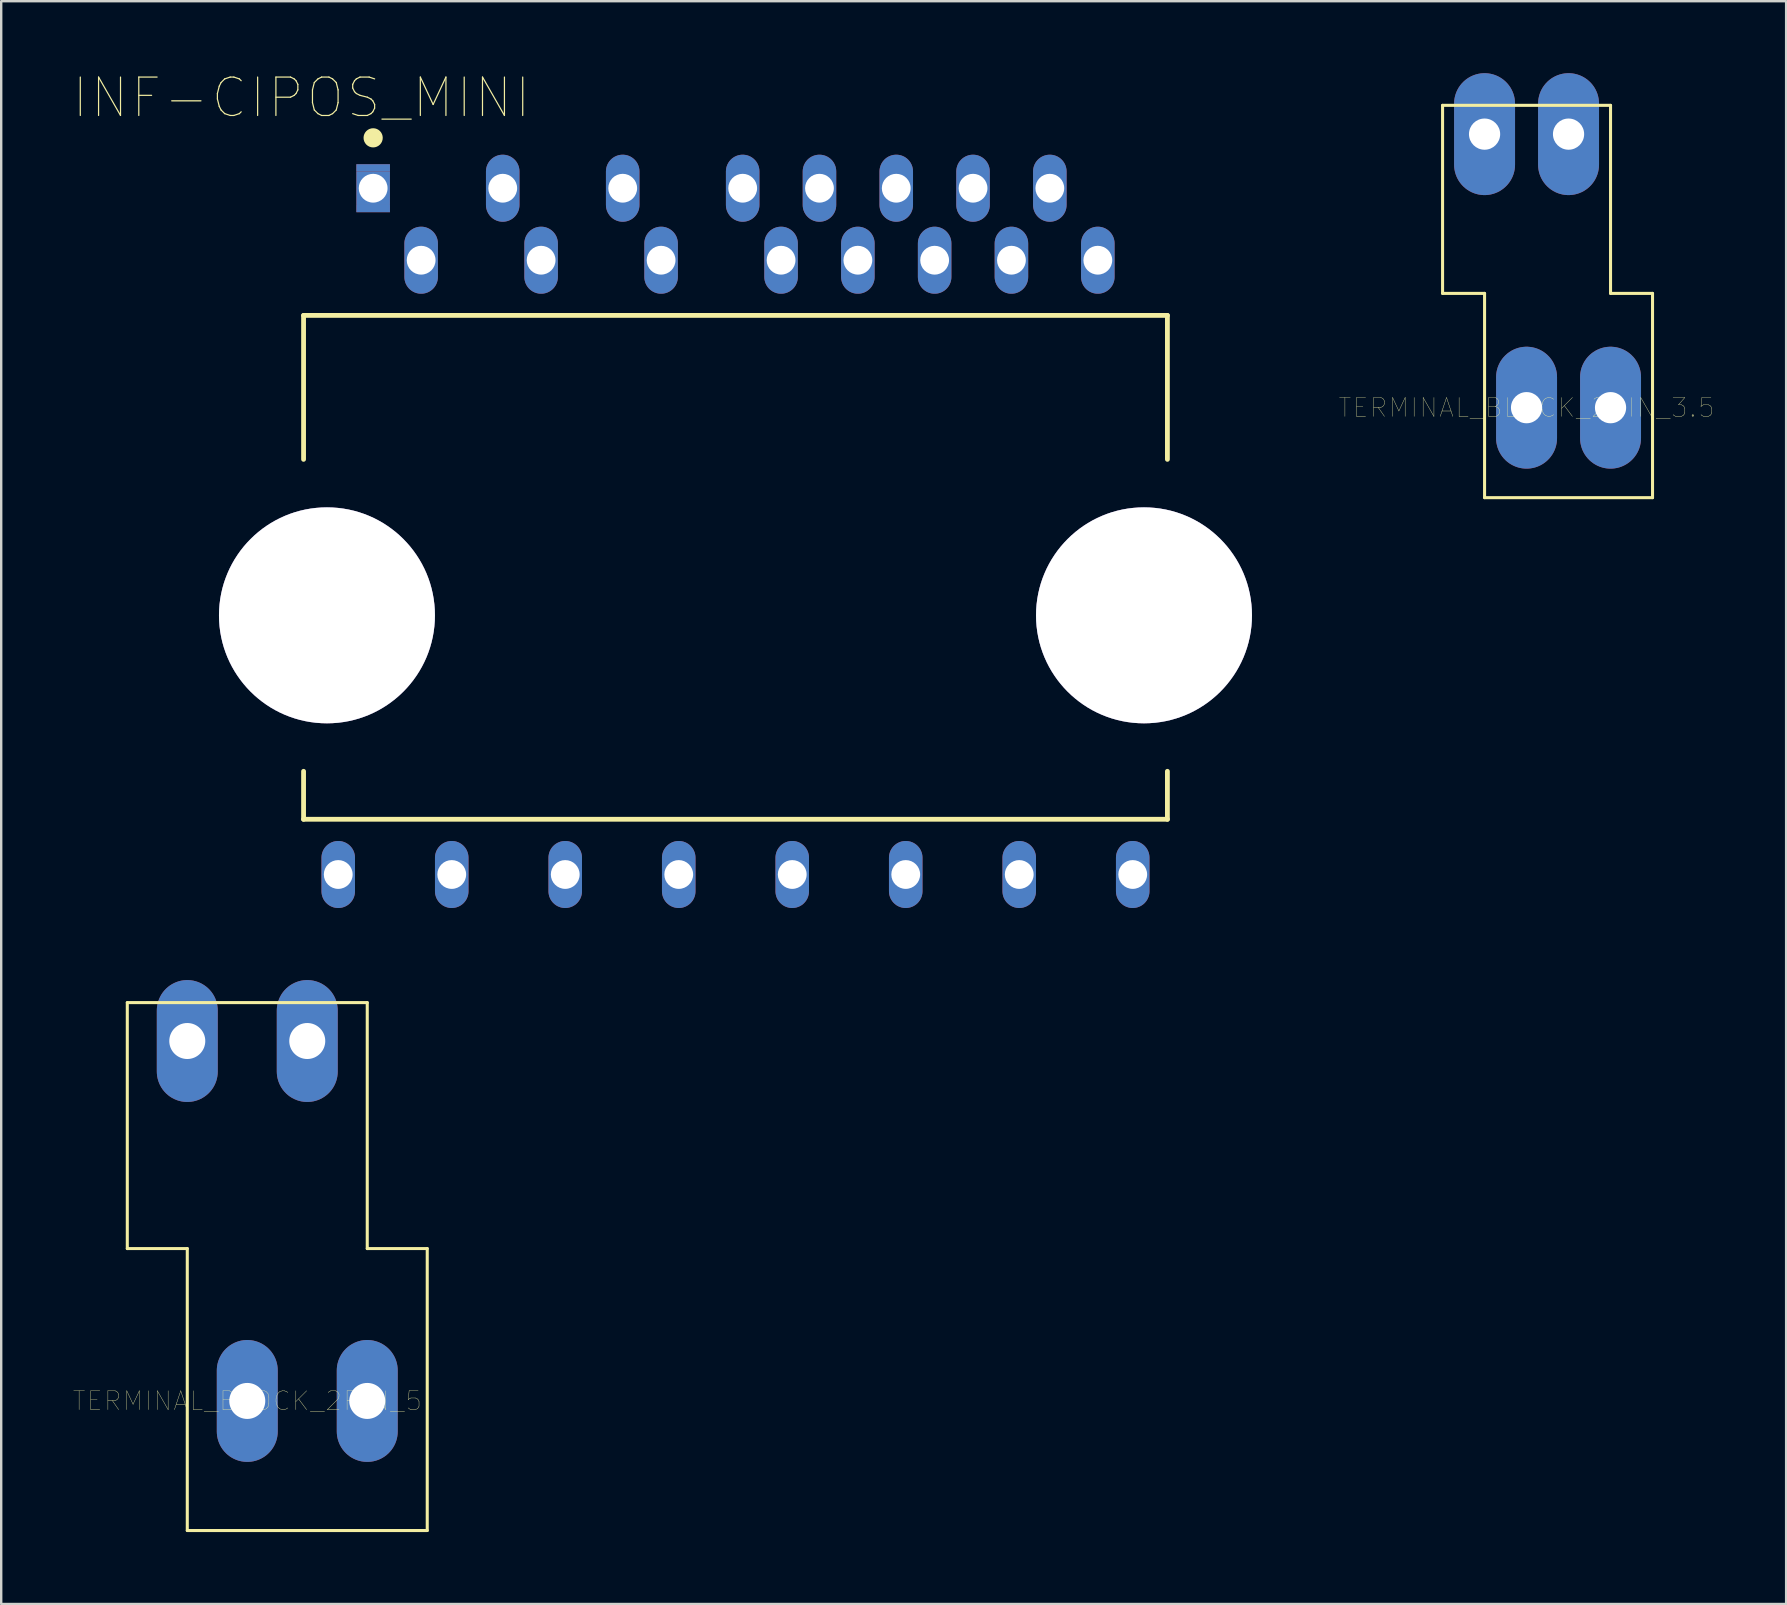
<source format=kicad_pcb>
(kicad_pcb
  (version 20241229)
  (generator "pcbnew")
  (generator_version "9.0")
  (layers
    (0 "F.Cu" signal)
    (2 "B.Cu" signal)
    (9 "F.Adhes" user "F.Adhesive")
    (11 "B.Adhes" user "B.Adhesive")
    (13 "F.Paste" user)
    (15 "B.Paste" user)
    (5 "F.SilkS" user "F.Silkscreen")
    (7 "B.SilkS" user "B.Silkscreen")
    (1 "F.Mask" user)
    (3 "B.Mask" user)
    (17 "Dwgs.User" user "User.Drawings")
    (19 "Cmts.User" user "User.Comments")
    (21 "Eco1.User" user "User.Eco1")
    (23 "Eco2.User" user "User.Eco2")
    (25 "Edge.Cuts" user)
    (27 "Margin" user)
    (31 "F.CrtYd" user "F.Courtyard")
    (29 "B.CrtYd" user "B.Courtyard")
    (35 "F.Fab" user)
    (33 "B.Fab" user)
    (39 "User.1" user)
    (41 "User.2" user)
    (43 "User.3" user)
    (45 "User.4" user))
  (footprint "TERMINAL_BLOCK_2PIN_5"
    (layer "F.Cu")
    (at 7.255 55.334)
    (property "Reference" "TERMINAL_BLOCK_2PIN_5" (at 0 0 0) (layer "F.SilkS") (effects (font (size 0.787 0.787) (thickness 0.015))))
    (attr through_hole)
    (fp_line (start -5 -16.6) (end 5 -16.6) (stroke (width 0.127) (type solid)) (layer "F.SilkS"))
    (fp_line (start -5 -6.35) (end -5 -16.6) (stroke (width 0.127) (type solid)) (layer "F.SilkS"))
    (fp_line (start -2.5 -6.35) (end -5 -6.35) (stroke (width 0.127) (type solid)) (layer "F.SilkS"))
    (fp_line (start -2.5 5.4) (end -2.5 -6.35) (stroke (width 0.127) (type solid)) (layer "F.SilkS"))
    (fp_line (start 5 -16.6) (end 5 -6.35) (stroke (width 0.127) (type solid)) (layer "F.SilkS"))
    (fp_line (start 5 -6.35) (end 7.5 -6.35) (stroke (width 0.127) (type solid)) (layer "F.SilkS"))
    (fp_line (start 7.5 -6.35) (end 7.5 5.4) (stroke (width 0.127) (type solid)) (layer "F.SilkS"))
    (fp_line (start 7.5 5.4) (end -2.5 5.4) (stroke (width 0.127) (type solid)) (layer "F.SilkS"))
    (pad "1" thru_hole oval (at -2.5 -15) (size 2.54 5.08) (drill 1.5) (layers "*.Cu" "*.Mask"))
    (pad "2" thru_hole oval (at 0 0) (size 2.54 5.08) (drill 1.5) (layers "*.Cu" "*.Mask"))
    (pad "3" thru_hole oval (at 2.5 -15) (size 2.54 5.08) (drill 1.5) (layers "*.Cu" "*.Mask"))
    (pad "4" thru_hole oval (at 5 0) (size 2.54 5.08) (drill 1.5) (layers "*.Cu" "*.Mask")))
  (footprint "INF-CIPOS_MINI"
    (layer "F.Cu")
    (at 27.601 19.094)
    (property "Reference" "INF-CIPOS_MINI" (at -18.086 -18.07 0) (layer "F.SilkS") (effects (font (size 1.6 1.6) (thickness 0.05))))
    (attr through_hole)
    (fp_poly (pts (xy -15.8 -15.3) (xy -14.4 -15.3) (xy -14.4 -14.998) (xy -15.8 -14.998)) (stroke (width 0) (type solid)) (fill yes) (layer "F.Cu"))
    (fp_poly (pts (xy -15.8 -13.601) (xy -14.4 -13.601) (xy -14.4 -13.3) (xy -15.8 -13.3)) (stroke (width 0) (type solid)) (fill yes) (layer "F.Cu"))
    (fp_poly (pts (xy -15.8 -15.3) (xy -14.4 -15.3) (xy -14.4 -14.998) (xy -15.8 -14.998)) (stroke (width 0) (type solid)) (fill yes) (layer "F.Mask"))
    (fp_poly (pts (xy -15.8 -13.601) (xy -14.4 -13.601) (xy -14.4 -13.3) (xy -15.8 -13.3)) (stroke (width 0) (type solid)) (fill yes) (layer "F.Mask"))
    (fp_poly (pts (xy -15.8 -15.3) (xy -14.4 -15.3) (xy -14.4 -14.998) (xy -15.8 -14.998)) (stroke (width 0) (type solid)) (fill yes) (layer "B.Cu"))
    (fp_poly (pts (xy -15.8 -13.601) (xy -14.4 -13.601) (xy -14.4 -13.3) (xy -15.8 -13.3)) (stroke (width 0) (type solid)) (fill yes) (layer "B.Cu"))
    (fp_line (start -18 -9) (end 18 -9) (stroke (width 0.2) (type solid)) (layer "F.SilkS"))
    (fp_line (start -18 -3) (end -18 -9) (stroke (width 0.2) (type solid)) (layer "F.SilkS"))
    (fp_line (start -18 12) (end -18 10) (stroke (width 0.2) (type solid)) (layer "F.SilkS"))
    (fp_line (start -18 12) (end 18 12) (stroke (width 0.2) (type solid)) (layer "F.SilkS"))
    (fp_line (start 18 -3) (end 18 -9) (stroke (width 0.2) (type solid)) (layer "F.SilkS"))
    (fp_line (start 18 12) (end 18 10) (stroke (width 0.2) (type solid)) (layer "F.SilkS"))
    (fp_circle (center -15.1 -16.4) (end -14.9 -16.4) (stroke (width 0.4) (type solid)) (fill no) (layer "F.SilkS"))
    (fp_line (start -22.1 -15.65) (end 22.1 -15.65) (stroke (width 0.1) (type solid)) (layer "Eco1.User"))
    (fp_line (start -22.1 15.65) (end -22.1 -15.65) (stroke (width 0.1) (type solid)) (layer "Eco1.User"))
    (fp_line (start -22.1 15.65) (end 22.1 15.65) (stroke (width 0.1) (type solid)) (layer "Eco1.User"))
    (fp_line (start -0.5 0) (end 0.5 0) (stroke (width 0.1) (type solid)) (layer "Eco1.User"))
    (fp_line (start 0 0.5) (end 0 -0.5) (stroke (width 0.1) (type solid)) (layer "Eco1.User"))
    (fp_line (start 22.1 15.65) (end 22.1 -15.65) (stroke (width 0.1) (type solid)) (layer "Eco1.User"))
    (fp_line (start -18 -9) (end 18 -9) (stroke (width 0.1) (type solid)) (layer "Eco2.User"))
    (fp_line (start -18 12) (end -18 -9) (stroke (width 0.1) (type solid)) (layer "Eco2.User"))
    (fp_line (start -18 12) (end 18 12) (stroke (width 0.1) (type solid)) (layer "Eco2.User"))
    (fp_line (start 18 12) (end 18 -9) (stroke (width 0.1) (type solid)) (layer "Eco2.User"))
    (pad "$$$1" thru_hole circle (at -17.025 3.5 90) (size 9 9) (drill 9) (layers "*.Cu" "*.Mask"))
    (pad "1" thru_hole rect (at -15.1 -14.3 90) (size 1.397 1.397) (drill 1.2) (layers "*.Cu" "*.Mask"))
    (pad "2" thru_hole oval (at -13.1 -11.3 90) (size 2.794 1.397) (drill 1.2) (layers "*.Cu" "*.Mask"))
    (pad "3" thru_hole oval (at -9.7 -14.3 90) (size 2.794 1.397) (drill 1.2) (layers "*.Cu" "*.Mask"))
    (pad "4" thru_hole oval (at -8.1 -11.3 90) (size 2.794 1.397) (drill 1.2) (layers "*.Cu" "*.Mask"))
    (pad "5" thru_hole oval (at -4.7 -14.3 90) (size 2.794 1.397) (drill 1.2) (layers "*.Cu" "*.Mask"))
    (pad "6" thru_hole oval (at -3.1 -11.3 90) (size 2.794 1.397) (drill 1.2) (layers "*.Cu" "*.Mask"))
    (pad "7" thru_hole oval (at 0.3 -14.3 90) (size 2.794 1.397) (drill 1.2) (layers "*.Cu" "*.Mask"))
    (pad "8" thru_hole oval (at 1.9 -11.3 90) (size 2.794 1.397) (drill 1.2) (layers "*.Cu" "*.Mask"))
    (pad "9" thru_hole oval (at 3.5 -14.3 90) (size 2.794 1.397) (drill 1.2) (layers "*.Cu" "*.Mask"))
    (pad "10" thru_hole oval (at 5.1 -11.3 90) (size 2.794 1.397) (drill 1.2) (layers "*.Cu" "*.Mask"))
    (pad "11" thru_hole oval (at 6.7 -14.3 90) (size 2.794 1.397) (drill 1.2) (layers "*.Cu" "*.Mask"))
    (pad "12" thru_hole oval (at 8.3 -11.3 90) (size 2.794 1.397) (drill 1.2) (layers "*.Cu" "*.Mask"))
    (pad "13" thru_hole oval (at 9.9 -14.3 90) (size 2.794 1.397) (drill 1.2) (layers "*.Cu" "*.Mask"))
    (pad "14" thru_hole oval (at 11.5 -11.3 90) (size 2.794 1.397) (drill 1.2) (layers "*.Cu" "*.Mask"))
    (pad "15" thru_hole oval (at 13.1 -14.3 90) (size 2.794 1.397) (drill 1.2) (layers "*.Cu" "*.Mask"))
    (pad "16" thru_hole oval (at 15.1 -11.3 90) (size 2.794 1.397) (drill 1.2) (layers "*.Cu" "*.Mask"))
    (pad "17" thru_hole oval (at 16.555 14.3 90) (size 2.794 1.397) (drill 1.2) (layers "*.Cu" "*.Mask"))
    (pad "18" thru_hole oval (at 11.825 14.3 90) (size 2.794 1.397) (drill 1.2) (layers "*.Cu" "*.Mask"))
    (pad "19" thru_hole oval (at 7.095 14.3 90) (size 2.794 1.397) (drill 1.2) (layers "*.Cu" "*.Mask"))
    (pad "20" thru_hole oval (at 2.365 14.3 90) (size 2.794 1.397) (drill 1.2) (layers "*.Cu" "*.Mask"))
    (pad "21" thru_hole oval (at -2.365 14.3 90) (size 2.794 1.397) (drill 1.2) (layers "*.Cu" "*.Mask"))
    (pad "22" thru_hole oval (at -7.095 14.3 90) (size 2.794 1.397) (drill 1.2) (layers "*.Cu" "*.Mask"))
    (pad "23" thru_hole oval (at -11.825 14.3 90) (size 2.794 1.397) (drill 1.2) (layers "*.Cu" "*.Mask"))
    (pad "24" thru_hole oval (at -16.555 14.3 90) (size 2.794 1.397) (drill 1.2) (layers "*.Cu" "*.Mask"))
    (pad "_1" thru_hole circle (at 17.025 3.5 90) (size 9 9) (drill 9) (layers "*.Cu" "*.Mask")))
  (footprint "TERMINAL_BLOCK_2PIN_3.5"
    (layer "F.Cu")
    (at 60.569 13.94)
    (property "Reference" "TERMINAL_BLOCK_2PIN_3.5" (at 0 0 0) (layer "F.SilkS") (effects (font (size 0.787 0.787) (thickness 0.015))))
    (attr through_hole)
    (fp_line (start -3.5 -12.6) (end -3.5 -4.763) (stroke (width 0.127) (type solid)) (layer "F.SilkS"))
    (fp_line (start -3.5 -4.763) (end -1.75 -4.763) (stroke (width 0.127) (type solid)) (layer "F.SilkS"))
    (fp_line (start -1.75 -4.763) (end -1.75 3.75) (stroke (width 0.127) (type solid)) (layer "F.SilkS"))
    (fp_line (start -1.75 3.75) (end 5.25 3.75) (stroke (width 0.127) (type solid)) (layer "F.SilkS"))
    (fp_line (start 3.5 -12.6) (end -3.5 -12.6) (stroke (width 0.127) (type solid)) (layer "F.SilkS"))
    (fp_line (start 3.5 -4.763) (end 3.5 -12.6) (stroke (width 0.127) (type solid)) (layer "F.SilkS"))
    (fp_line (start 5.25 -4.763) (end 3.5 -4.763) (stroke (width 0.127) (type solid)) (layer "F.SilkS"))
    (fp_line (start 5.25 3.75) (end 5.25 -4.763) (stroke (width 0.127) (type solid)) (layer "F.SilkS"))
    (pad "1" thru_hole oval (at -1.75 -11.4) (size 2.54 5.08) (drill 1.3) (layers "*.Cu" "*.Mask"))
    (pad "2" thru_hole oval (at 0 0) (size 2.54 5.08) (drill 1.3) (layers "*.Cu" "*.Mask"))
    (pad "3" thru_hole oval (at 1.75 -11.4) (size 2.54 5.08) (drill 1.3) (layers "*.Cu" "*.Mask"))
    (pad "4" thru_hole oval (at 3.5 0) (size 2.54 5.08) (drill 1.3) (layers "*.Cu" "*.Mask")))
  (gr_rect
    (start -3 -3)
    (end 71.387 63.797)
    (stroke (width 0.1) (type default))
    (fill no)
    (layer "Edge.Cuts")))
</source>
